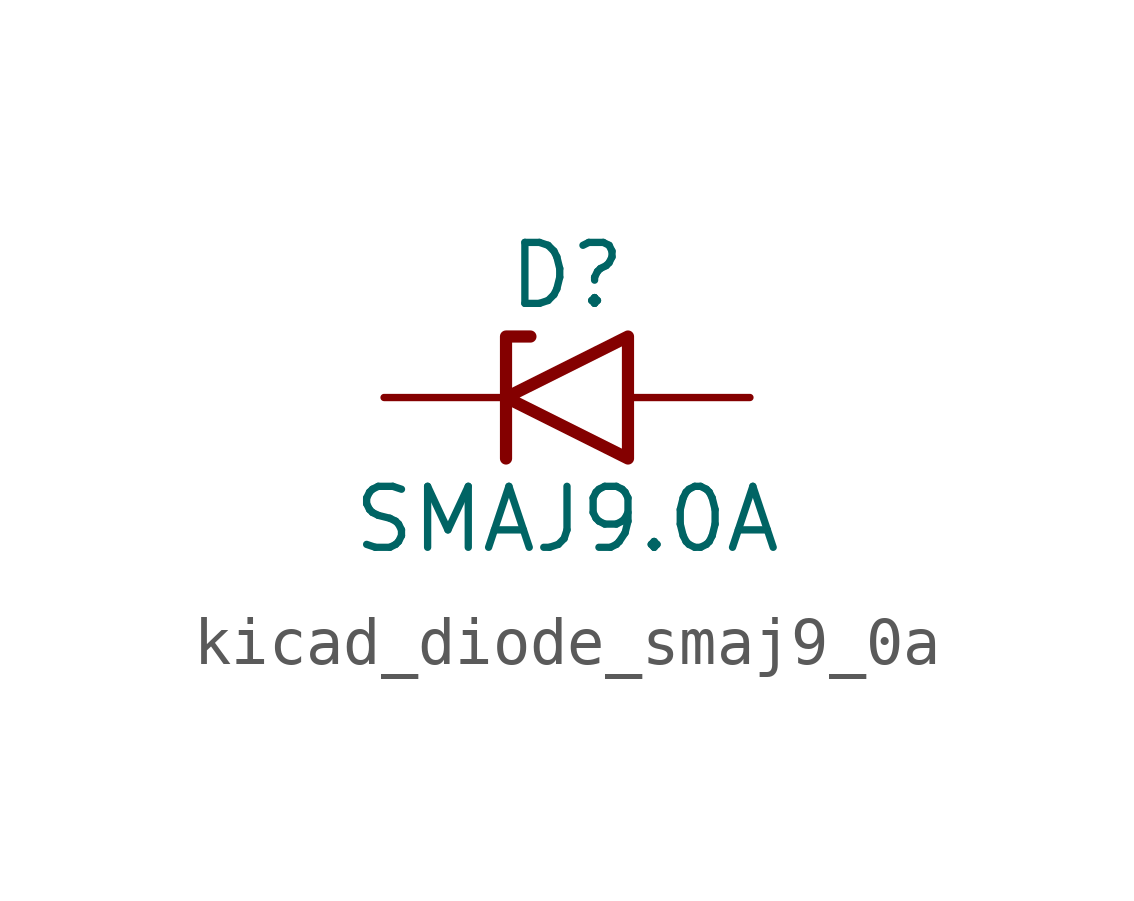
<source format=kicad_sym>
(kicad_symbol_lib
  (version 20220914)
  (generator kicad_symbol_editor)
  (symbol "kicad_diode_smaj9_0a"
    (pin_numbers hide)
    (pin_names
      (offset 1.016) hide)
    (property "Reference" "D"
      (at 0 2.54 0)
      (effects (font (size 1.27 1.27))))
    (property "Value" "SMAJ9.0A"
      (at 0 -2.54 0)
      (effects (font (size 1.27 1.27))))
    (symbol "kicad_diode_smaj9_0a_0_1"
      (polyline (pts (xy -0.762 1.27) (xy -1.27 1.27) (xy -1.27 -1.27)) (stroke (width 0.254) (type default)) (fill (type none)))
      (polyline (pts (xy 1.27 1.27) (xy 1.27 -1.27) (xy -1.27 0) (xy 1.27 1.27)) (stroke (width 0.254) (type default)) (fill (type none))))
    (symbol "kicad_diode_smaj9_0a_1_1"
      (pin passive line (at -3.81 0 0) (length 2.54) (name "A1" (effects (font (size 1.27 1.27)))) (number "1" (effects (font (size 1.27 1.27)))))
      (pin passive line (at 3.81 0 180) (length 2.54) (name "A2" (effects (font (size 1.27 1.27)))) (number "2" (effects (font (size 1.27 1.27))))))))
</source>
